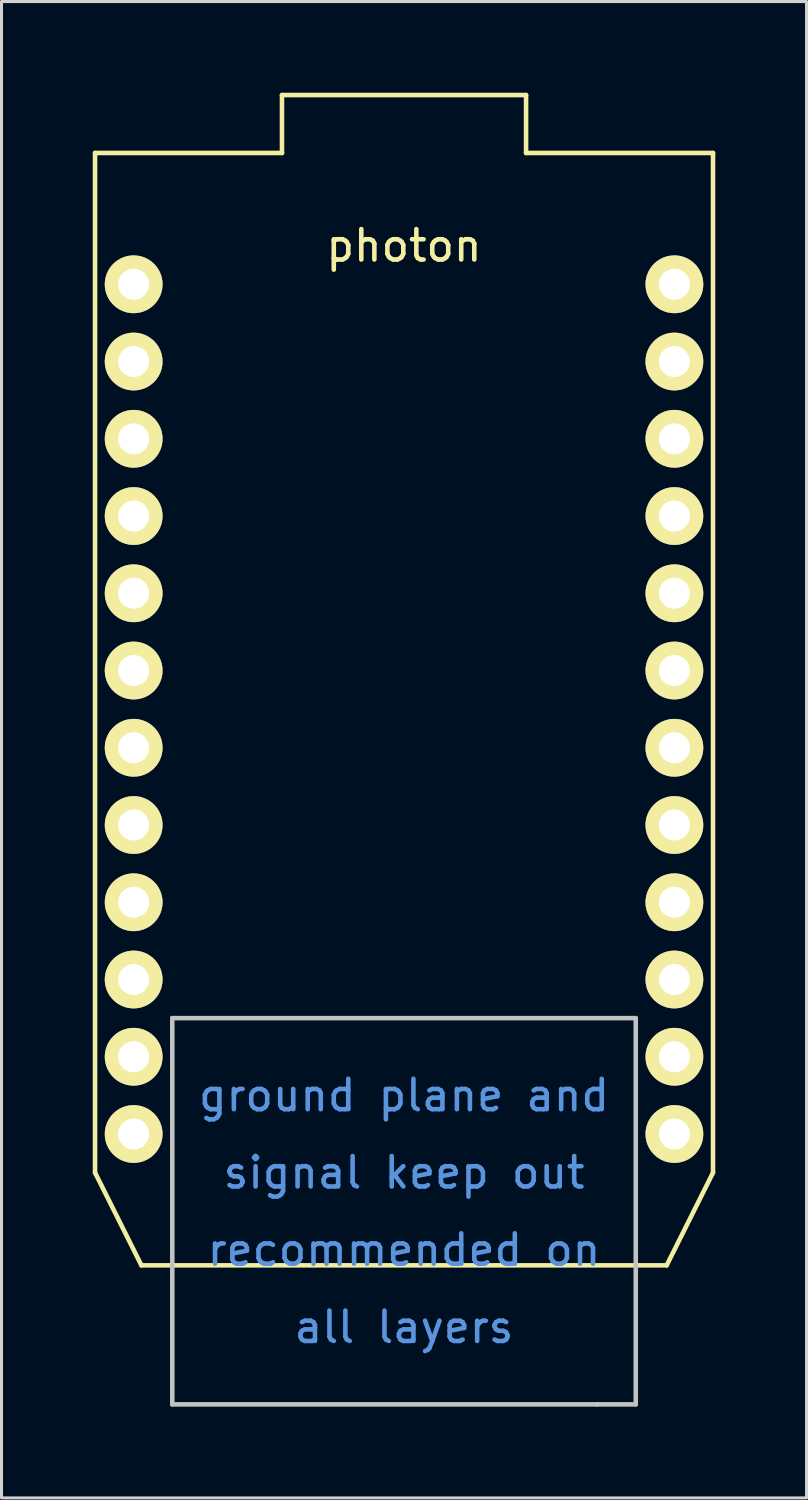
<source format=kicad_pcb>
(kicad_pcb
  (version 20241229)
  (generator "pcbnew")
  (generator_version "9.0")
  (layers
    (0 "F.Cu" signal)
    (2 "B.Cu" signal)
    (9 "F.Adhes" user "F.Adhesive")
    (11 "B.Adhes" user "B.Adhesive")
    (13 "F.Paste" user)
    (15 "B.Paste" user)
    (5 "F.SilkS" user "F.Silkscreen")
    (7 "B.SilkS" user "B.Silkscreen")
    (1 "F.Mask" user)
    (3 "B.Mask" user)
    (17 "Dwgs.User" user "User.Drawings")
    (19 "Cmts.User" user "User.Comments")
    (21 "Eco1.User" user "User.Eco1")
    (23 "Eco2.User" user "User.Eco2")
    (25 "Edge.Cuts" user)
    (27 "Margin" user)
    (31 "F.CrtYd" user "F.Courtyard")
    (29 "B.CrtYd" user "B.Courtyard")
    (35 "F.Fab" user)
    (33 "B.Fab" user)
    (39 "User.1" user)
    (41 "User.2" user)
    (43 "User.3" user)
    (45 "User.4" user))
  (footprint "photon"
    (layer "F.Cu")
    (at 10.235 21.538)
    (property "Reference" "photon" (at 0 -16.51 0) (layer "F.SilkS") (effects (font (size 1 1) (thickness 0.15))))
    (attr through_hole)
    (fp_line (start -10.16 -19.558) (end -10.16 13.97) (stroke (width 0.15) (type solid)) (layer "F.SilkS"))
    (fp_line (start -10.16 13.97) (end -8.636 17.018) (stroke (width 0.15) (type solid)) (layer "F.SilkS"))
    (fp_line (start -8.636 17.018) (end 8.636 17.018) (stroke (width 0.15) (type solid)) (layer "F.SilkS"))
    (fp_line (start -4.013 -21.463) (end -4.013 -19.558) (stroke (width 0.15) (type solid)) (layer "F.SilkS"))
    (fp_line (start -4.013 -21.463) (end 4.013 -21.463) (stroke (width 0.15) (type solid)) (layer "F.SilkS"))
    (fp_line (start -4.013 -19.558) (end -10.16 -19.558) (stroke (width 0.15) (type solid)) (layer "F.SilkS"))
    (fp_line (start 4.013 -21.463) (end 4.013 -19.558) (stroke (width 0.15) (type solid)) (layer "F.SilkS"))
    (fp_line (start 4.013 -19.558) (end 10.16 -19.558) (stroke (width 0.15) (type solid)) (layer "F.SilkS"))
    (fp_line (start 10.16 -19.558) (end 10.16 13.97) (stroke (width 0.15) (type solid)) (layer "F.SilkS"))
    (fp_line (start 10.16 13.97) (end 8.636 17.018) (stroke (width 0.15) (type solid)) (layer "F.SilkS"))
    (fp_line (start -7.62 21.59) (end -7.62 8.89) (stroke (width 0.15) (type solid)) (layer "Dwgs.User"))
    (fp_line (start 6.35 21.59) (end -7.62 21.59) (stroke (width 0.15) (type solid)) (layer "Dwgs.User"))
    (fp_line (start 6.35 21.59) (end 7.62 21.59) (stroke (width 0.15) (type solid)) (layer "Dwgs.User"))
    (fp_line (start 7.62 8.89) (end -7.62 8.89) (stroke (width 0.15) (type solid)) (layer "Dwgs.User"))
    (fp_line (start 7.62 21.59) (end 7.62 8.89) (stroke (width 0.15) (type solid)) (layer "Dwgs.User"))
    (fp_text user "recommended on" (at 0 16.51 0) (layer "Cmts.User") (effects (font (size 1 1) (thickness 0.15))))
    (fp_text user "ground plane and" (at 0 11.43 0) (layer "Cmts.User") (effects (font (size 1 1) (thickness 0.15))))
    (fp_text user "all layers" (at 0 19.05 0) (layer "Cmts.User") (effects (font (size 1 1) (thickness 0.15))))
    (fp_text user "signal keep out" (at 0 13.97 0) (layer "Cmts.User") (effects (font (size 1 1) (thickness 0.15))))
    (pad "1" thru_hole circle (at -8.89 -15.24) (size 1.9 1.9) (drill 1.02) (layers "*.Cu" "*.Mask" "F.SilkS"))
    (pad "2" thru_hole circle (at -8.89 -12.7) (size 1.9 1.9) (drill 1.02) (layers "*.Cu" "*.Mask" "F.SilkS"))
    (pad "3" thru_hole circle (at -8.89 -10.16) (size 1.9 1.9) (drill 1.02) (layers "*.Cu" "*.Mask" "F.SilkS"))
    (pad "4" thru_hole circle (at -8.89 -7.62) (size 1.9 1.9) (drill 1.02) (layers "*.Cu" "*.Mask" "F.SilkS"))
    (pad "5" thru_hole circle (at -8.89 -5.08) (size 1.9 1.9) (drill 1.02) (layers "*.Cu" "*.Mask" "F.SilkS"))
    (pad "6" thru_hole circle (at -8.89 -2.54) (size 1.9 1.9) (drill 1.02) (layers "*.Cu" "*.Mask" "F.SilkS"))
    (pad "7" thru_hole circle (at -8.89 0) (size 1.9 1.9) (drill 1.02) (layers "*.Cu" "*.Mask" "F.SilkS"))
    (pad "8" thru_hole circle (at -8.89 2.54) (size 1.9 1.9) (drill 1.02) (layers "*.Cu" "*.Mask" "F.SilkS"))
    (pad "9" thru_hole circle (at -8.89 5.08) (size 1.9 1.9) (drill 1.02) (layers "*.Cu" "*.Mask" "F.SilkS"))
    (pad "10" thru_hole circle (at -8.89 7.62) (size 1.9 1.9) (drill 1.02) (layers "*.Cu" "*.Mask" "F.SilkS"))
    (pad "11" thru_hole circle (at -8.89 10.16) (size 1.9 1.9) (drill 1.02) (layers "*.Cu" "*.Mask" "F.SilkS"))
    (pad "12" thru_hole circle (at -8.89 12.7) (size 1.9 1.9) (drill 1.02) (layers "*.Cu" "*.Mask" "F.SilkS"))
    (pad "13" thru_hole circle (at 8.89 12.7) (size 1.9 1.9) (drill 1.02) (layers "*.Cu" "*.Mask" "F.SilkS"))
    (pad "14" thru_hole circle (at 8.89 10.16) (size 1.9 1.9) (drill 1.02) (layers "*.Cu" "*.Mask" "F.SilkS"))
    (pad "15" thru_hole circle (at 8.89 7.62) (size 1.9 1.9) (drill 1.02) (layers "*.Cu" "*.Mask" "F.SilkS"))
    (pad "16" thru_hole circle (at 8.89 5.08) (size 1.9 1.9) (drill 1.02) (layers "*.Cu" "*.Mask" "F.SilkS"))
    (pad "17" thru_hole circle (at 8.89 2.54) (size 1.9 1.9) (drill 1.02) (layers "*.Cu" "*.Mask" "F.SilkS"))
    (pad "18" thru_hole circle (at 8.89 0) (size 1.9 1.9) (drill 1.02) (layers "*.Cu" "*.Mask" "F.SilkS"))
    (pad "19" thru_hole circle (at 8.89 -2.54) (size 1.9 1.9) (drill 1.02) (layers "*.Cu" "*.Mask" "F.SilkS"))
    (pad "20" thru_hole circle (at 8.89 -5.08) (size 1.9 1.9) (drill 1.02) (layers "*.Cu" "*.Mask" "F.SilkS"))
    (pad "21" thru_hole circle (at 8.89 -7.62) (size 1.9 1.9) (drill 1.02) (layers "*.Cu" "*.Mask" "F.SilkS"))
    (pad "22" thru_hole circle (at 8.89 -10.16) (size 1.9 1.9) (drill 1.02) (layers "*.Cu" "*.Mask" "F.SilkS"))
    (pad "23" thru_hole circle (at 8.89 -12.7) (size 1.9 1.9) (drill 1.02) (layers "*.Cu" "*.Mask" "F.SilkS"))
    (pad "24" thru_hole circle (at 8.89 -15.24) (size 1.9 1.9) (drill 1.02) (layers "*.Cu" "*.Mask" "F.SilkS")))
  (gr_rect
    (start -3 -3)
    (end 23.47 46.203)
    (stroke (width 0.1) (type default))
    (fill no)
    (layer "Edge.Cuts")))
</source>
